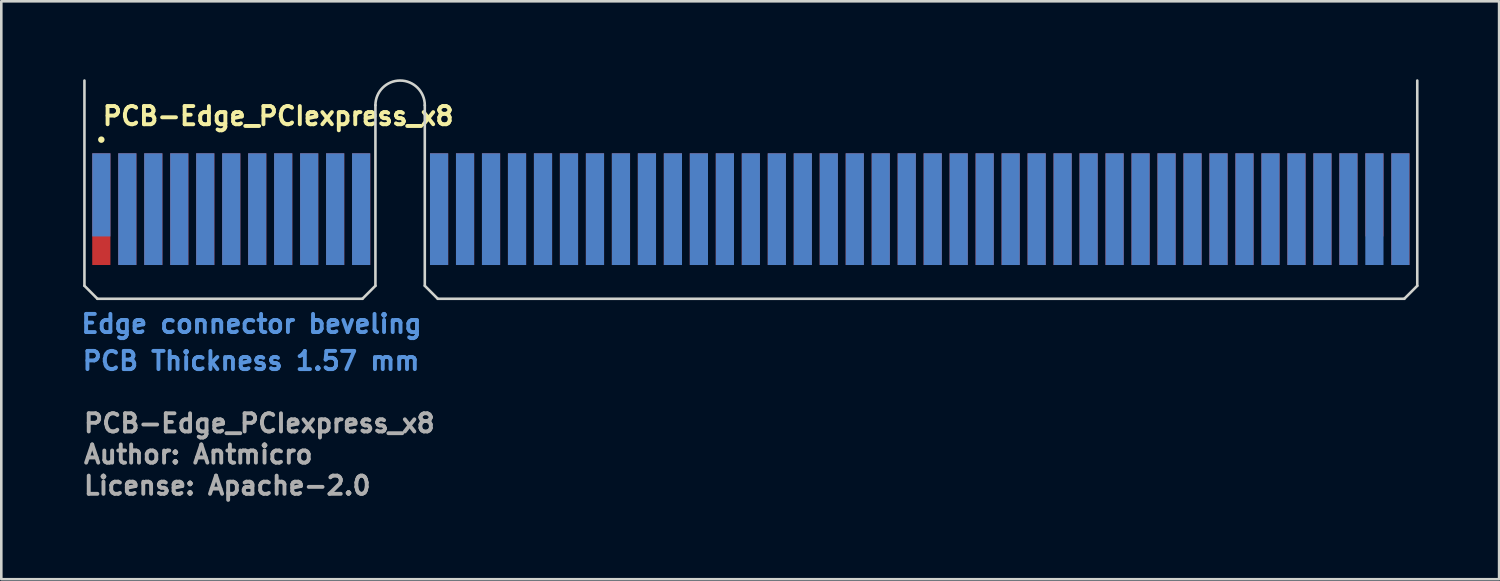
<source format=kicad_pcb>
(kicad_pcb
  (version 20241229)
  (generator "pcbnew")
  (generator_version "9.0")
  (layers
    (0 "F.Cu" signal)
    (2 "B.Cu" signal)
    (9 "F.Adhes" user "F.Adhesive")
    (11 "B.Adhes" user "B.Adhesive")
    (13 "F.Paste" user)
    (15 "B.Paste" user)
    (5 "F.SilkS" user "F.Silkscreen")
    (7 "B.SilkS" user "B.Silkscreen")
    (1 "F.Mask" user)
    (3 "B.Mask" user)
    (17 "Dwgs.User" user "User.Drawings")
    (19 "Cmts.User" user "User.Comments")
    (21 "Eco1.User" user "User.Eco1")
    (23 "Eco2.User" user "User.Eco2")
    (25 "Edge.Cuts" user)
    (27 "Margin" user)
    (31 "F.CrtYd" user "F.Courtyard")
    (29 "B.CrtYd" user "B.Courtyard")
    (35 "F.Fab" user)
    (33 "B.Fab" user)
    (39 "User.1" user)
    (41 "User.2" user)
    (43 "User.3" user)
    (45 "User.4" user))
  (footprint "PCB-Edge_PCIexpress_x8"
    (layer "F.Cu")
    (at 0.85 5)
    (property "Reference" "PCB-Edge_PCIexpress_x8" (at -0.025 -3.175 0) (layer "F.SilkS") (effects (font (size 0.7 0.7) (thickness 0.15)) (justify left bottom)))
    (attr exclude_from_pos_files exclude_from_bom)
    (fp_poly (pts (xy -0.5 -2.05) (xy 50.7 -2.05) (xy 50.6 3.4) (xy -0.6 3.4)) (stroke (width 0.2) (type solid)) (fill yes) (layer "F.Mask"))
    (fp_poly (pts (xy -0.6 -2.05) (xy 50.6 -2.05) (xy 50.6 3.4) (xy -0.6 3.4)) (stroke (width 0.2) (type solid)) (fill yes) (layer "B.Mask"))
    (fp_circle (center 0 -2.675) (end 0.05 -2.675) (stroke (width 0.15) (type solid)) (fill yes) (layer "F.SilkS"))
    (fp_line (start -0.65 -4.95) (end -0.65 2.95) (stroke (width 0.1) (type solid)) (layer "Edge.Cuts"))
    (fp_line (start -0.65 2.95) (end -0.15 3.45) (stroke (width 0.1) (type solid)) (layer "Edge.Cuts"))
    (fp_line (start -0.15 3.45) (end 10.05 3.45) (stroke (width 0.1) (type solid)) (layer "Edge.Cuts"))
    (fp_line (start 10.55 -4) (end 10.55 2.95) (stroke (width 0.1) (type solid)) (layer "Edge.Cuts"))
    (fp_line (start 10.55 2.95) (end 10.05 3.45) (stroke (width 0.1) (type solid)) (layer "Edge.Cuts"))
    (fp_line (start 12.45 -4) (end 12.45 2.95) (stroke (width 0.1) (type solid)) (layer "Edge.Cuts"))
    (fp_line (start 12.45 2.95) (end 12.95 3.45) (stroke (width 0.1) (type solid)) (layer "Edge.Cuts"))
    (fp_line (start 12.95 3.45) (end 50.15 3.45) (stroke (width 0.1) (type solid)) (layer "Edge.Cuts"))
    (fp_line (start 50.65 -4.95) (end 50.65 2.95) (stroke (width 0.1) (type solid)) (layer "Edge.Cuts"))
    (fp_line (start 50.65 2.95) (end 50.15 3.45) (stroke (width 0.1) (type solid)) (layer "Edge.Cuts"))
    (fp_arc (start 10.55 -4) (mid 11.5 -4.95) (end 12.45 -4) (stroke (width 0.1) (type solid)) (layer "Edge.Cuts"))
    (fp_text user "Edge connector beveling" (at -0.85 4.825 180) (layer "Cmts.User") (effects (font (size 0.7 0.7) (thickness 0.15)) (justify left bottom)))
    (fp_text user "PCB Thickness 1.57 mm" (at -0.8 6.25 180) (layer "Cmts.User") (effects (font (size 0.7 0.7) (thickness 0.15)) (justify left bottom)))
    (fp_text user "License: Apache-2.0" (at -0.75 11.05 0) (layer "F.Fab") (effects (font (size 0.7 0.7) (thickness 0.15)) (justify left bottom)))
    (fp_text user "Author: Antmicro" (at -0.75 9.85 0) (layer "F.Fab") (effects (font (size 0.7 0.7) (thickness 0.15)) (justify left bottom)))
    (fp_text user "${REFERENCE}" (at -0.75 8.65 0) (layer "F.Fab") (effects (font (size 0.7 0.7) (thickness 0.15)) (justify left bottom)))
    (pad "A1" connect rect (at 0 -0.55) (size 0.7 3.2) (layers "B.Cu" "B.Mask"))
    (pad "A2" connect rect (at 1 0) (size 0.7 4.3) (layers "B.Cu" "B.Mask"))
    (pad "A3" connect rect (at 2 0) (size 0.7 4.3) (layers "B.Cu" "B.Mask"))
    (pad "A4" connect rect (at 3 0) (size 0.7 4.3) (layers "B.Cu" "B.Mask"))
    (pad "A5" connect rect (at 4 0) (size 0.7 4.3) (layers "B.Cu" "B.Mask"))
    (pad "A6" connect rect (at 5 0) (size 0.7 4.3) (layers "B.Cu" "B.Mask"))
    (pad "A7" connect rect (at 6 0) (size 0.7 4.3) (layers "B.Cu" "B.Mask"))
    (pad "A8" connect rect (at 7 0) (size 0.7 4.3) (layers "B.Cu" "B.Mask"))
    (pad "A9" connect rect (at 8 0) (size 0.7 4.3) (layers "B.Cu" "B.Mask"))
    (pad "A10" connect rect (at 9 0) (size 0.7 4.3) (layers "B.Cu" "B.Mask"))
    (pad "A11" connect rect (at 10 0) (size 0.7 4.3) (layers "B.Cu" "B.Mask"))
    (pad "A12" connect rect (at 13 0) (size 0.7 4.3) (layers "B.Cu" "B.Mask"))
    (pad "A13" connect rect (at 14 0) (size 0.7 4.3) (layers "B.Cu" "B.Mask"))
    (pad "A14" connect rect (at 15 0) (size 0.7 4.3) (layers "B.Cu" "B.Mask"))
    (pad "A15" connect rect (at 16 0) (size 0.7 4.3) (layers "B.Cu" "B.Mask"))
    (pad "A16" connect rect (at 17 0) (size 0.7 4.3) (layers "B.Cu" "B.Mask"))
    (pad "A17" connect rect (at 18 0) (size 0.7 4.3) (layers "B.Cu" "B.Mask"))
    (pad "A18" connect rect (at 19 0) (size 0.7 4.3) (layers "B.Cu" "B.Mask"))
    (pad "A19" connect rect (at 20 0) (size 0.7 4.3) (layers "B.Cu" "B.Mask"))
    (pad "A20" connect rect (at 21 0) (size 0.7 4.3) (layers "B.Cu" "B.Mask"))
    (pad "A21" connect rect (at 22 0) (size 0.7 4.3) (layers "B.Cu" "B.Mask"))
    (pad "A22" connect rect (at 23 0) (size 0.7 4.3) (layers "B.Cu" "B.Mask"))
    (pad "A23" connect rect (at 24 0) (size 0.7 4.3) (layers "B.Cu" "B.Mask"))
    (pad "A24" connect rect (at 25 0) (size 0.7 4.3) (layers "B.Cu" "B.Mask"))
    (pad "A25" connect rect (at 26 0) (size 0.7 4.3) (layers "B.Cu" "B.Mask"))
    (pad "A26" connect rect (at 27 0) (size 0.7 4.3) (layers "B.Cu" "B.Mask"))
    (pad "A27" connect rect (at 28 0) (size 0.7 4.3) (layers "B.Cu" "B.Mask"))
    (pad "A28" connect rect (at 29 0) (size 0.7 4.3) (layers "B.Cu" "B.Mask"))
    (pad "A29" connect rect (at 30 0) (size 0.7 4.3) (layers "B.Cu" "B.Mask"))
    (pad "A30" connect rect (at 31 0) (size 0.7 4.3) (layers "B.Cu" "B.Mask"))
    (pad "A31" connect rect (at 32 0) (size 0.7 4.3) (layers "B.Cu" "B.Mask"))
    (pad "A32" connect rect (at 33 0) (size 0.7 4.3) (layers "B.Cu" "B.Mask"))
    (pad "A33" connect rect (at 34 0) (size 0.7 4.3) (layers "B.Cu" "B.Mask"))
    (pad "A34" connect rect (at 35 0) (size 0.7 4.3) (layers "B.Cu" "B.Mask"))
    (pad "A35" connect rect (at 36 0) (size 0.7 4.3) (layers "B.Cu" "B.Mask"))
    (pad "A36" connect rect (at 37 0) (size 0.7 4.3) (layers "B.Cu" "B.Mask"))
    (pad "A37" connect rect (at 38 0) (size 0.7 4.3) (layers "B.Cu" "B.Mask"))
    (pad "A38" connect rect (at 39 0) (size 0.7 4.3) (layers "B.Cu" "B.Mask"))
    (pad "A39" connect rect (at 40 0) (size 0.7 4.3) (layers "B.Cu" "B.Mask"))
    (pad "A40" connect rect (at 41 0) (size 0.7 4.3) (layers "B.Cu" "B.Mask"))
    (pad "A41" connect rect (at 42 0) (size 0.7 4.3) (layers "B.Cu" "B.Mask"))
    (pad "A42" connect rect (at 43 0) (size 0.7 4.3) (layers "B.Cu" "B.Mask"))
    (pad "A43" connect rect (at 44 0) (size 0.7 4.3) (layers "B.Cu" "B.Mask"))
    (pad "A44" connect rect (at 45 0) (size 0.7 4.3) (layers "B.Cu" "B.Mask"))
    (pad "A45" connect rect (at 46 0) (size 0.7 4.3) (layers "B.Cu" "B.Mask"))
    (pad "A46" connect rect (at 47 0) (size 0.7 4.3) (layers "B.Cu" "B.Mask"))
    (pad "A47" connect rect (at 48 0) (size 0.7 4.3) (layers "B.Cu" "B.Mask"))
    (pad "A48" connect rect (at 49 0) (size 0.7 4.3) (layers "B.Cu" "B.Mask"))
    (pad "A49" connect rect (at 50 0) (size 0.7 4.3) (layers "B.Cu" "B.Mask"))
    (pad "B1" connect rect (at 0 0) (size 0.7 4.3) (layers "F.Cu" "F.Mask"))
    (pad "B2" connect rect (at 1 0) (size 0.7 4.3) (layers "F.Cu" "F.Mask"))
    (pad "B3" connect rect (at 2 0) (size 0.7 4.3) (layers "F.Cu" "F.Mask"))
    (pad "B4" connect rect (at 3 0) (size 0.7 4.3) (layers "F.Cu" "F.Mask"))
    (pad "B5" connect rect (at 4 0) (size 0.7 4.3) (layers "F.Cu" "F.Mask"))
    (pad "B6" connect rect (at 5 0) (size 0.7 4.3) (layers "F.Cu" "F.Mask"))
    (pad "B7" connect rect (at 6 0) (size 0.7 4.3) (layers "F.Cu" "F.Mask"))
    (pad "B8" connect rect (at 7 0) (size 0.7 4.3) (layers "F.Cu" "F.Mask"))
    (pad "B9" connect rect (at 8 0) (size 0.7 4.3) (layers "F.Cu" "F.Mask"))
    (pad "B10" connect rect (at 9 0) (size 0.7 4.3) (layers "F.Cu" "F.Mask"))
    (pad "B11" connect rect (at 10 0) (size 0.7 4.3) (layers "F.Cu" "F.Mask"))
    (pad "B12" connect rect (at 13 0) (size 0.7 4.3) (layers "F.Cu" "F.Mask"))
    (pad "B13" connect rect (at 14 0) (size 0.7 4.3) (layers "F.Cu" "F.Mask"))
    (pad "B14" connect rect (at 15 0) (size 0.7 4.3) (layers "F.Cu" "F.Mask"))
    (pad "B15" connect rect (at 16 0) (size 0.7 4.3) (layers "F.Cu" "F.Mask"))
    (pad "B16" connect rect (at 17 0) (size 0.7 4.3) (layers "F.Cu" "F.Mask"))
    (pad "B17" connect rect (at 18 0) (size 0.7 4.3) (layers "F.Cu" "F.Mask"))
    (pad "B18" connect rect (at 19 0) (size 0.7 4.3) (layers "F.Cu" "F.Mask"))
    (pad "B19" connect rect (at 20 0) (size 0.7 4.3) (layers "F.Cu" "F.Mask"))
    (pad "B20" connect rect (at 21 0) (size 0.7 4.3) (layers "F.Cu" "F.Mask"))
    (pad "B21" connect rect (at 22 0) (size 0.7 4.3) (layers "F.Cu" "F.Mask"))
    (pad "B22" connect rect (at 23 0) (size 0.7 4.3) (layers "F.Cu" "F.Mask"))
    (pad "B23" connect rect (at 24 0) (size 0.7 4.3) (layers "F.Cu" "F.Mask"))
    (pad "B24" connect rect (at 25 0) (size 0.7 4.3) (layers "F.Cu" "F.Mask"))
    (pad "B25" connect rect (at 26 0) (size 0.7 4.3) (layers "F.Cu" "F.Mask"))
    (pad "B26" connect rect (at 27 0) (size 0.7 4.3) (layers "F.Cu" "F.Mask"))
    (pad "B27" connect rect (at 28 0) (size 0.7 4.3) (layers "F.Cu" "F.Mask"))
    (pad "B28" connect rect (at 29 0) (size 0.7 4.3) (layers "F.Cu" "F.Mask"))
    (pad "B29" connect rect (at 30 0) (size 0.7 4.3) (layers "F.Cu" "F.Mask"))
    (pad "B30" connect rect (at 31 0) (size 0.7 4.3) (layers "F.Cu" "F.Mask"))
    (pad "B31" connect rect (at 32 0) (size 0.7 4.3) (layers "F.Cu" "F.Mask"))
    (pad "B32" connect rect (at 33 0) (size 0.7 4.3) (layers "F.Cu" "F.Mask"))
    (pad "B33" connect rect (at 34 0) (size 0.7 4.3) (layers "F.Cu" "F.Mask"))
    (pad "B34" connect rect (at 35 0) (size 0.7 4.3) (layers "F.Cu" "F.Mask"))
    (pad "B35" connect rect (at 36 0) (size 0.7 4.3) (layers "F.Cu" "F.Mask"))
    (pad "B36" connect rect (at 37 0) (size 0.7 4.3) (layers "F.Cu" "F.Mask"))
    (pad "B37" connect rect (at 38 0) (size 0.7 4.3) (layers "F.Cu" "F.Mask"))
    (pad "B38" connect rect (at 39 0) (size 0.7 4.3) (layers "F.Cu" "F.Mask"))
    (pad "B39" connect rect (at 40 0) (size 0.7 4.3) (layers "F.Cu" "F.Mask"))
    (pad "B40" connect rect (at 41 0) (size 0.7 4.3) (layers "F.Cu" "F.Mask"))
    (pad "B41" connect rect (at 42 0) (size 0.7 4.3) (layers "F.Cu" "F.Mask"))
    (pad "B42" connect rect (at 43 0) (size 0.7 4.3) (layers "F.Cu" "F.Mask"))
    (pad "B43" connect rect (at 44 0) (size 0.7 4.3) (layers "F.Cu" "F.Mask"))
    (pad "B44" connect rect (at 45 0) (size 0.7 4.3) (layers "F.Cu" "F.Mask"))
    (pad "B45" connect rect (at 46 0) (size 0.7 4.3) (layers "F.Cu" "F.Mask"))
    (pad "B46" connect rect (at 47 0) (size 0.7 4.3) (layers "F.Cu" "F.Mask"))
    (pad "B47" connect rect (at 48 0) (size 0.7 4.3) (layers "F.Cu" "F.Mask"))
    (pad "B48" connect rect (at 49 -0.55) (size 0.7 3.2) (layers "F.Cu" "F.Mask"))
    (pad "B49" connect rect (at 50 0) (size 0.7 4.3) (layers "F.Cu" "F.Mask")))
  (gr_rect
    (start -3 -3)
    (end 54.65 19.245)
    (stroke (width 0.1) (type default))
    (fill no)
    (layer "Edge.Cuts")))
</source>
